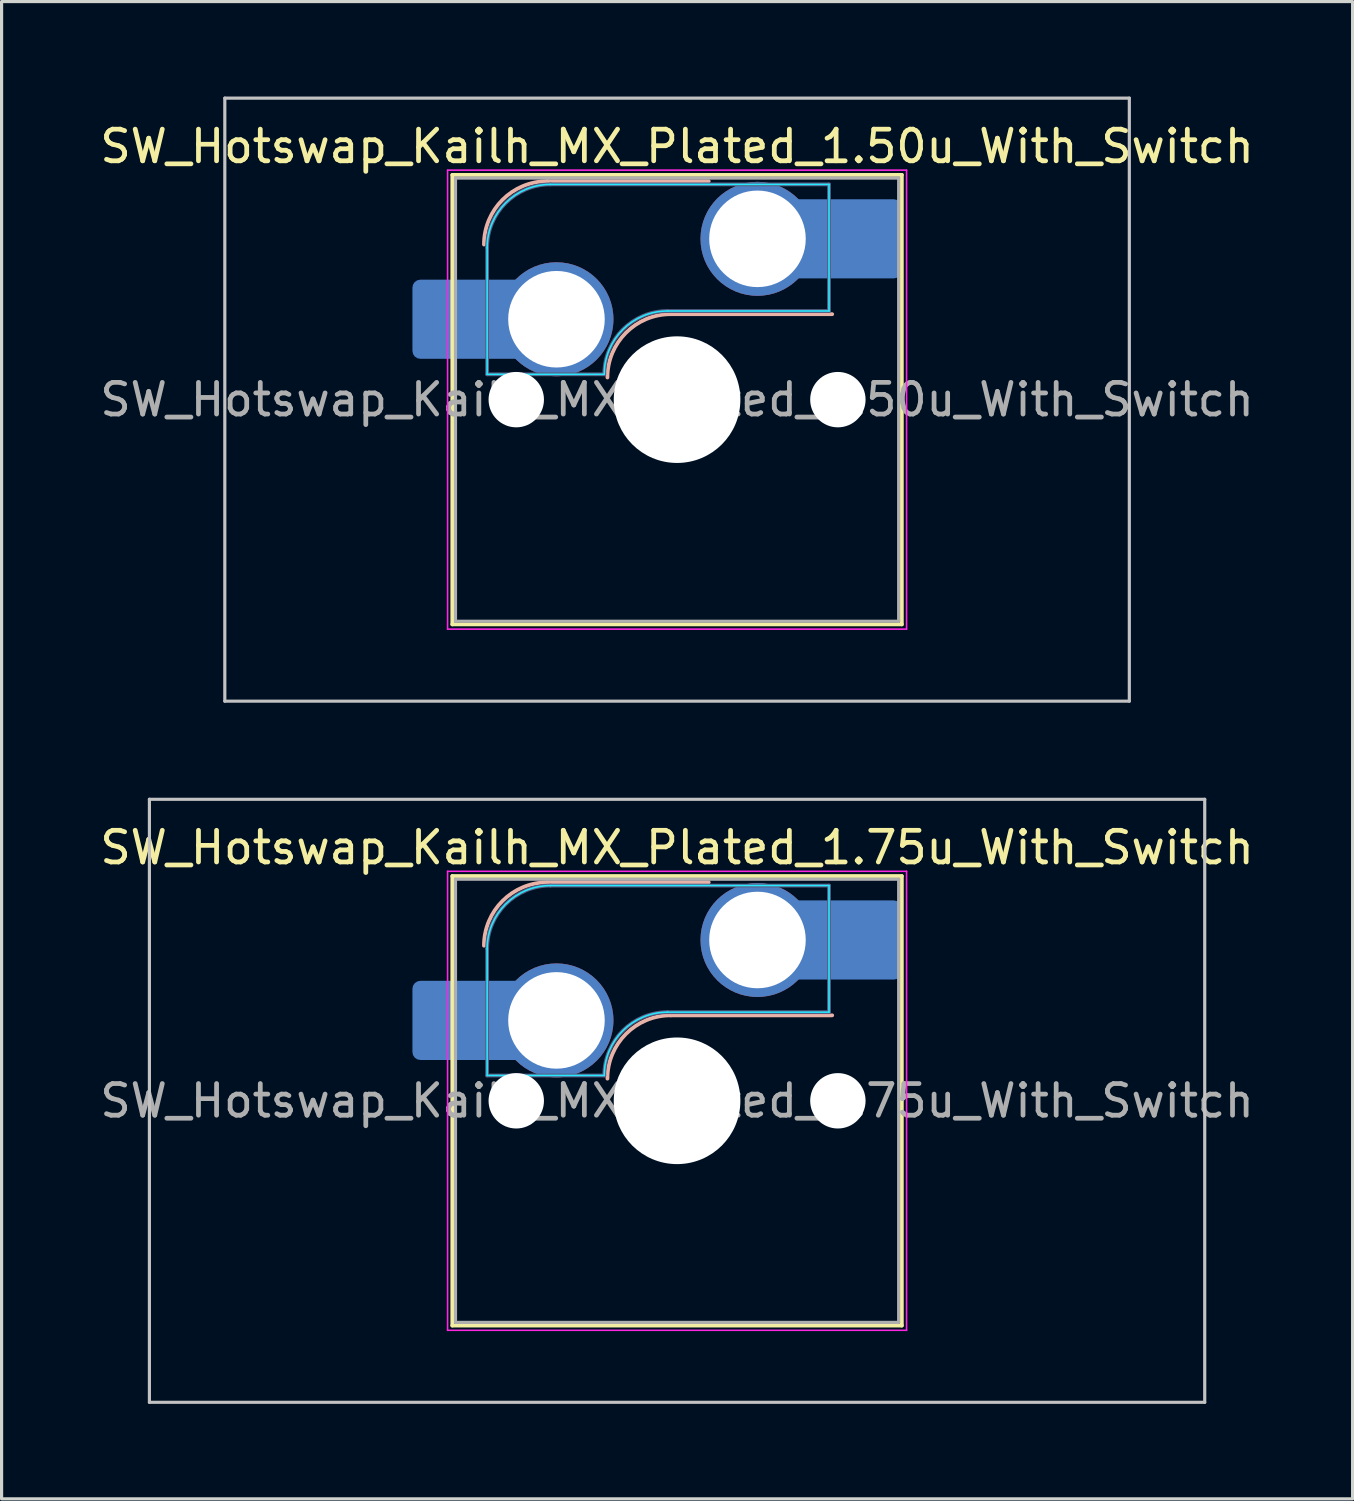
<source format=kicad_pcb>
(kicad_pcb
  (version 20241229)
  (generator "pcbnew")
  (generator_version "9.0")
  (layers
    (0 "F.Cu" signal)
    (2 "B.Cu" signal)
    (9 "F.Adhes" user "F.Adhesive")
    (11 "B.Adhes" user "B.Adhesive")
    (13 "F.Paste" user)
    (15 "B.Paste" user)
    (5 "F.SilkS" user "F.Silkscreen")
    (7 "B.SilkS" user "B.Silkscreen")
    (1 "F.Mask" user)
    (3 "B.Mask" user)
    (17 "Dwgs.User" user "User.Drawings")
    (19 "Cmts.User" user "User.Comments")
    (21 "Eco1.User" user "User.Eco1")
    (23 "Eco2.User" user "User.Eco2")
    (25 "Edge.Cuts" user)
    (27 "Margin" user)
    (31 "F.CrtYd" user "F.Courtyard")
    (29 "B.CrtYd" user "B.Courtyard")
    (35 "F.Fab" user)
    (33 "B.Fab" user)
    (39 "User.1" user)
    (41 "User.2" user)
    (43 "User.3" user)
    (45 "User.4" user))
  (footprint "SW_Hotswap_Kailh_MX_Plated_1.75u_With_Switch"
    (layer "F.Cu")
    (at 18.339 31.725)
    (property "Reference" "SW_Hotswap_Kailh_MX_Plated_1.75u_With_Switch" (at 0 -8 0) (layer "F.SilkS") (effects (font (size 1 1) (thickness 0.15))))
    (attr smd)
    (fp_line (start -7.1 -7.1) (end -7.1 7.1) (stroke (width 0.12) (type solid)) (layer "F.SilkS"))
    (fp_line (start -7.1 7.1) (end 7.1 7.1) (stroke (width 0.12) (type solid)) (layer "F.SilkS"))
    (fp_line (start 7.1 -7.1) (end -7.1 -7.1) (stroke (width 0.12) (type solid)) (layer "F.SilkS"))
    (fp_line (start 7.1 7.1) (end 7.1 -7.1) (stroke (width 0.12) (type solid)) (layer "F.SilkS"))
    (fp_line (start -4.1 -6.9) (end 1 -6.9) (stroke (width 0.12) (type solid)) (layer "B.SilkS"))
    (fp_line (start -0.2 -2.7) (end 4.9 -2.7) (stroke (width 0.12) (type solid)) (layer "B.SilkS"))
    (fp_arc (start -6.1 -4.9) (mid -5.514214 -6.314214) (end -4.1 -6.9) (stroke (width 0.12) (type solid)) (layer "B.SilkS"))
    (fp_arc (start -2.2 -0.7) (mid -1.614214 -2.114214) (end -0.2 -2.7) (stroke (width 0.12) (type solid)) (layer "B.SilkS"))
    (fp_line (start -16.669 -9.525) (end -16.669 9.525) (stroke (width 0.1) (type solid)) (layer "Dwgs.User"))
    (fp_line (start -16.669 9.525) (end 16.669 9.525) (stroke (width 0.1) (type solid)) (layer "Dwgs.User"))
    (fp_line (start 16.669 -9.525) (end -16.669 -9.525) (stroke (width 0.1) (type solid)) (layer "Dwgs.User"))
    (fp_line (start 16.669 9.525) (end 16.669 -9.525) (stroke (width 0.1) (type solid)) (layer "Dwgs.User"))
    (fp_line (start -7.8 -6) (end -7 -6) (stroke (width 0.1) (type solid)) (layer "Eco1.User"))
    (fp_line (start -7.8 -2.9) (end -7.8 -6) (stroke (width 0.1) (type solid)) (layer "Eco1.User"))
    (fp_line (start -7.8 2.9) (end -7 2.9) (stroke (width 0.1) (type solid)) (layer "Eco1.User"))
    (fp_line (start -7.8 6) (end -7.8 2.9) (stroke (width 0.1) (type solid)) (layer "Eco1.User"))
    (fp_line (start -7 -7) (end 7 -7) (stroke (width 0.1) (type solid)) (layer "Eco1.User"))
    (fp_line (start -7 -6) (end -7 -7) (stroke (width 0.1) (type solid)) (layer "Eco1.User"))
    (fp_line (start -7 -2.9) (end -7.8 -2.9) (stroke (width 0.1) (type solid)) (layer "Eco1.User"))
    (fp_line (start -7 2.9) (end -7 -2.9) (stroke (width 0.1) (type solid)) (layer "Eco1.User"))
    (fp_line (start -7 6) (end -7.8 6) (stroke (width 0.1) (type solid)) (layer "Eco1.User"))
    (fp_line (start -7 7) (end -7 6) (stroke (width 0.1) (type solid)) (layer "Eco1.User"))
    (fp_line (start 7 -7) (end 7 -6) (stroke (width 0.1) (type solid)) (layer "Eco1.User"))
    (fp_line (start 7 -6) (end 7.8 -6) (stroke (width 0.1) (type solid)) (layer "Eco1.User"))
    (fp_line (start 7 -2.9) (end 7 2.9) (stroke (width 0.1) (type solid)) (layer "Eco1.User"))
    (fp_line (start 7 2.9) (end 7.8 2.9) (stroke (width 0.1) (type solid)) (layer "Eco1.User"))
    (fp_line (start 7 6) (end 7 7) (stroke (width 0.1) (type solid)) (layer "Eco1.User"))
    (fp_line (start 7 7) (end -7 7) (stroke (width 0.1) (type solid)) (layer "Eco1.User"))
    (fp_line (start 7.8 -6) (end 7.8 -2.9) (stroke (width 0.1) (type solid)) (layer "Eco1.User"))
    (fp_line (start 7.8 -2.9) (end 7 -2.9) (stroke (width 0.1) (type solid)) (layer "Eco1.User"))
    (fp_line (start 7.8 2.9) (end 7.8 6) (stroke (width 0.1) (type solid)) (layer "Eco1.User"))
    (fp_line (start 7.8 6) (end 7 6) (stroke (width 0.1) (type solid)) (layer "Eco1.User"))
    (fp_line (start -6 -0.8) (end -6 -4.8) (stroke (width 0.05) (type solid)) (layer "B.CrtYd"))
    (fp_line (start -6 -0.8) (end -2.3 -0.8) (stroke (width 0.05) (type solid)) (layer "B.CrtYd"))
    (fp_line (start -4 -6.8) (end 4.8 -6.8) (stroke (width 0.05) (type solid)) (layer "B.CrtYd"))
    (fp_line (start -0.3 -2.8) (end 4.8 -2.8) (stroke (width 0.05) (type solid)) (layer "B.CrtYd"))
    (fp_line (start 4.8 -6.8) (end 4.8 -2.8) (stroke (width 0.05) (type solid)) (layer "B.CrtYd"))
    (fp_arc (start -6 -4.8) (mid -5.414214 -6.214214) (end -4 -6.8) (stroke (width 0.05) (type solid)) (layer "B.CrtYd"))
    (fp_arc (start -2.3 -0.8) (mid -1.714214 -2.214214) (end -0.3 -2.8) (stroke (width 0.05) (type solid)) (layer "B.CrtYd"))
    (fp_line (start -7.25 -7.25) (end -7.25 7.25) (stroke (width 0.05) (type solid)) (layer "F.CrtYd"))
    (fp_line (start -7.25 7.25) (end 7.25 7.25) (stroke (width 0.05) (type solid)) (layer "F.CrtYd"))
    (fp_line (start 7.25 -7.25) (end -7.25 -7.25) (stroke (width 0.05) (type solid)) (layer "F.CrtYd"))
    (fp_line (start 7.25 7.25) (end 7.25 -7.25) (stroke (width 0.05) (type solid)) (layer "F.CrtYd"))
    (fp_line (start -6 -0.8) (end -6 -4.8) (stroke (width 0.12) (type solid)) (layer "B.Fab"))
    (fp_line (start -6 -0.8) (end -2.3 -0.8) (stroke (width 0.12) (type solid)) (layer "B.Fab"))
    (fp_line (start -4 -6.8) (end 4.8 -6.8) (stroke (width 0.12) (type solid)) (layer "B.Fab"))
    (fp_line (start -0.3 -2.8) (end 4.8 -2.8) (stroke (width 0.12) (type solid)) (layer "B.Fab"))
    (fp_line (start 4.8 -6.8) (end 4.8 -2.8) (stroke (width 0.12) (type solid)) (layer "B.Fab"))
    (fp_arc (start -6 -4.8) (mid -5.414214 -6.214214) (end -4 -6.8) (stroke (width 0.12) (type solid)) (layer "B.Fab"))
    (fp_arc (start -2.3 -0.8) (mid -1.714214 -2.214214) (end -0.3 -2.8) (stroke (width 0.12) (type solid)) (layer "B.Fab"))
    (fp_line (start -7 -7) (end -7 7) (stroke (width 0.1) (type solid)) (layer "F.Fab"))
    (fp_line (start -7 7) (end 7 7) (stroke (width 0.1) (type solid)) (layer "F.Fab"))
    (fp_line (start 7 -7) (end -7 -7) (stroke (width 0.1) (type solid)) (layer "F.Fab"))
    (fp_line (start 7 7) (end 7 -7) (stroke (width 0.1) (type solid)) (layer "F.Fab"))
    (fp_text user "${REFERENCE}" (at 0 0 0) (layer "F.Fab") (effects (font (size 1 1) (thickness 0.15))))
    (pad "" smd roundrect (at -7.085 -2.54) (size 2.55 2.5) (layers "B.Mask" "B.Paste") (roundrect_rratio 0.1))
    (pad "" np_thru_hole circle (at -5.08 0) (size 1.75 1.75) (drill 1.75) (layers "*.Cu" "*.Mask"))
    (pad "" np_thru_hole circle (at 0 0) (size 4 4) (drill 4) (layers "*.Cu" "*.Mask"))
    (pad "" np_thru_hole circle (at 5.08 0) (size 1.75 1.75) (drill 1.75) (layers "*.Cu" "*.Mask"))
    (pad "" smd roundrect (at 5.842 -5.08) (size 2.55 2.5) (layers "B.Mask" "B.Paste") (roundrect_rratio 0.1))
    (pad "1" smd roundrect (at -6.585 -2.54) (size 3.55 2.5) (layers "B.Cu") (roundrect_rratio 0.1))
    (pad "1" thru_hole circle (at -3.81 -2.54) (size 3.6 3.6) (drill 3.05) (layers "*.Cu" "*.Mask"))
    (pad "2" thru_hole circle (at 2.54 -5.08) (size 3.6 3.6) (drill 3.05) (layers "*.Cu" "*.Mask"))
    (pad "2" smd roundrect (at 5.32 -5.08) (size 3.55 2.5) (layers "B.Cu") (roundrect_rratio 0.1)))
  (footprint "SW_Hotswap_Kailh_MX_Plated_1.50u_With_Switch"
    (layer "F.Cu")
    (at 18.339 9.575)
    (property "Reference" "SW_Hotswap_Kailh_MX_Plated_1.50u_With_Switch" (at 0 -8 0) (layer "F.SilkS") (effects (font (size 1 1) (thickness 0.15))))
    (attr smd)
    (fp_line (start -7.1 -7.1) (end -7.1 7.1) (stroke (width 0.12) (type solid)) (layer "F.SilkS"))
    (fp_line (start -7.1 7.1) (end 7.1 7.1) (stroke (width 0.12) (type solid)) (layer "F.SilkS"))
    (fp_line (start 7.1 -7.1) (end -7.1 -7.1) (stroke (width 0.12) (type solid)) (layer "F.SilkS"))
    (fp_line (start 7.1 7.1) (end 7.1 -7.1) (stroke (width 0.12) (type solid)) (layer "F.SilkS"))
    (fp_line (start -4.1 -6.9) (end 1 -6.9) (stroke (width 0.12) (type solid)) (layer "B.SilkS"))
    (fp_line (start -0.2 -2.7) (end 4.9 -2.7) (stroke (width 0.12) (type solid)) (layer "B.SilkS"))
    (fp_arc (start -6.1 -4.9) (mid -5.514214 -6.314214) (end -4.1 -6.9) (stroke (width 0.12) (type solid)) (layer "B.SilkS"))
    (fp_arc (start -2.2 -0.7) (mid -1.614214 -2.114214) (end -0.2 -2.7) (stroke (width 0.12) (type solid)) (layer "B.SilkS"))
    (fp_line (start -14.287 -9.525) (end -14.287 9.525) (stroke (width 0.1) (type solid)) (layer "Dwgs.User"))
    (fp_line (start -14.287 9.525) (end 14.287 9.525) (stroke (width 0.1) (type solid)) (layer "Dwgs.User"))
    (fp_line (start 14.287 -9.525) (end -14.287 -9.525) (stroke (width 0.1) (type solid)) (layer "Dwgs.User"))
    (fp_line (start 14.287 9.525) (end 14.287 -9.525) (stroke (width 0.1) (type solid)) (layer "Dwgs.User"))
    (fp_line (start -7.8 -6) (end -7 -6) (stroke (width 0.1) (type solid)) (layer "Eco1.User"))
    (fp_line (start -7.8 -2.9) (end -7.8 -6) (stroke (width 0.1) (type solid)) (layer "Eco1.User"))
    (fp_line (start -7.8 2.9) (end -7 2.9) (stroke (width 0.1) (type solid)) (layer "Eco1.User"))
    (fp_line (start -7.8 6) (end -7.8 2.9) (stroke (width 0.1) (type solid)) (layer "Eco1.User"))
    (fp_line (start -7 -7) (end 7 -7) (stroke (width 0.1) (type solid)) (layer "Eco1.User"))
    (fp_line (start -7 -6) (end -7 -7) (stroke (width 0.1) (type solid)) (layer "Eco1.User"))
    (fp_line (start -7 -2.9) (end -7.8 -2.9) (stroke (width 0.1) (type solid)) (layer "Eco1.User"))
    (fp_line (start -7 2.9) (end -7 -2.9) (stroke (width 0.1) (type solid)) (layer "Eco1.User"))
    (fp_line (start -7 6) (end -7.8 6) (stroke (width 0.1) (type solid)) (layer "Eco1.User"))
    (fp_line (start -7 7) (end -7 6) (stroke (width 0.1) (type solid)) (layer "Eco1.User"))
    (fp_line (start 7 -7) (end 7 -6) (stroke (width 0.1) (type solid)) (layer "Eco1.User"))
    (fp_line (start 7 -6) (end 7.8 -6) (stroke (width 0.1) (type solid)) (layer "Eco1.User"))
    (fp_line (start 7 -2.9) (end 7 2.9) (stroke (width 0.1) (type solid)) (layer "Eco1.User"))
    (fp_line (start 7 2.9) (end 7.8 2.9) (stroke (width 0.1) (type solid)) (layer "Eco1.User"))
    (fp_line (start 7 6) (end 7 7) (stroke (width 0.1) (type solid)) (layer "Eco1.User"))
    (fp_line (start 7 7) (end -7 7) (stroke (width 0.1) (type solid)) (layer "Eco1.User"))
    (fp_line (start 7.8 -6) (end 7.8 -2.9) (stroke (width 0.1) (type solid)) (layer "Eco1.User"))
    (fp_line (start 7.8 -2.9) (end 7 -2.9) (stroke (width 0.1) (type solid)) (layer "Eco1.User"))
    (fp_line (start 7.8 2.9) (end 7.8 6) (stroke (width 0.1) (type solid)) (layer "Eco1.User"))
    (fp_line (start 7.8 6) (end 7 6) (stroke (width 0.1) (type solid)) (layer "Eco1.User"))
    (fp_line (start -6 -0.8) (end -6 -4.8) (stroke (width 0.05) (type solid)) (layer "B.CrtYd"))
    (fp_line (start -6 -0.8) (end -2.3 -0.8) (stroke (width 0.05) (type solid)) (layer "B.CrtYd"))
    (fp_line (start -4 -6.8) (end 4.8 -6.8) (stroke (width 0.05) (type solid)) (layer "B.CrtYd"))
    (fp_line (start -0.3 -2.8) (end 4.8 -2.8) (stroke (width 0.05) (type solid)) (layer "B.CrtYd"))
    (fp_line (start 4.8 -6.8) (end 4.8 -2.8) (stroke (width 0.05) (type solid)) (layer "B.CrtYd"))
    (fp_arc (start -6 -4.8) (mid -5.414214 -6.214214) (end -4 -6.8) (stroke (width 0.05) (type solid)) (layer "B.CrtYd"))
    (fp_arc (start -2.3 -0.8) (mid -1.714214 -2.214214) (end -0.3 -2.8) (stroke (width 0.05) (type solid)) (layer "B.CrtYd"))
    (fp_line (start -7.25 -7.25) (end -7.25 7.25) (stroke (width 0.05) (type solid)) (layer "F.CrtYd"))
    (fp_line (start -7.25 7.25) (end 7.25 7.25) (stroke (width 0.05) (type solid)) (layer "F.CrtYd"))
    (fp_line (start 7.25 -7.25) (end -7.25 -7.25) (stroke (width 0.05) (type solid)) (layer "F.CrtYd"))
    (fp_line (start 7.25 7.25) (end 7.25 -7.25) (stroke (width 0.05) (type solid)) (layer "F.CrtYd"))
    (fp_line (start -6 -0.8) (end -6 -4.8) (stroke (width 0.12) (type solid)) (layer "B.Fab"))
    (fp_line (start -6 -0.8) (end -2.3 -0.8) (stroke (width 0.12) (type solid)) (layer "B.Fab"))
    (fp_line (start -4 -6.8) (end 4.8 -6.8) (stroke (width 0.12) (type solid)) (layer "B.Fab"))
    (fp_line (start -0.3 -2.8) (end 4.8 -2.8) (stroke (width 0.12) (type solid)) (layer "B.Fab"))
    (fp_line (start 4.8 -6.8) (end 4.8 -2.8) (stroke (width 0.12) (type solid)) (layer "B.Fab"))
    (fp_arc (start -6 -4.8) (mid -5.414214 -6.214214) (end -4 -6.8) (stroke (width 0.12) (type solid)) (layer "B.Fab"))
    (fp_arc (start -2.3 -0.8) (mid -1.714214 -2.214214) (end -0.3 -2.8) (stroke (width 0.12) (type solid)) (layer "B.Fab"))
    (fp_line (start -7 -7) (end -7 7) (stroke (width 0.1) (type solid)) (layer "F.Fab"))
    (fp_line (start -7 7) (end 7 7) (stroke (width 0.1) (type solid)) (layer "F.Fab"))
    (fp_line (start 7 -7) (end -7 -7) (stroke (width 0.1) (type solid)) (layer "F.Fab"))
    (fp_line (start 7 7) (end 7 -7) (stroke (width 0.1) (type solid)) (layer "F.Fab"))
    (fp_text user "${REFERENCE}" (at 0 0 0) (layer "F.Fab") (effects (font (size 1 1) (thickness 0.15))))
    (pad "" smd roundrect (at -7.085 -2.54) (size 2.55 2.5) (layers "B.Mask" "B.Paste") (roundrect_rratio 0.1))
    (pad "" np_thru_hole circle (at -5.08 0) (size 1.75 1.75) (drill 1.75) (layers "*.Cu" "*.Mask"))
    (pad "" np_thru_hole circle (at 0 0) (size 4 4) (drill 4) (layers "*.Cu" "*.Mask"))
    (pad "" np_thru_hole circle (at 5.08 0) (size 1.75 1.75) (drill 1.75) (layers "*.Cu" "*.Mask"))
    (pad "" smd roundrect (at 5.842 -5.08) (size 2.55 2.5) (layers "B.Mask" "B.Paste") (roundrect_rratio 0.1))
    (pad "1" smd roundrect (at -6.585 -2.54) (size 3.55 2.5) (layers "B.Cu") (roundrect_rratio 0.1))
    (pad "1" thru_hole circle (at -3.81 -2.54) (size 3.6 3.6) (drill 3.05) (layers "*.Cu" "*.Mask"))
    (pad "2" thru_hole circle (at 2.54 -5.08) (size 3.6 3.6) (drill 3.05) (layers "*.Cu" "*.Mask"))
    (pad "2" smd roundrect (at 5.32 -5.08) (size 3.55 2.5) (layers "B.Cu") (roundrect_rratio 0.1)))
  (gr_rect
    (start -3 -3)
    (end 39.679 44.3)
    (stroke (width 0.1) (type default))
    (fill no)
    (layer "Edge.Cuts")))
</source>
